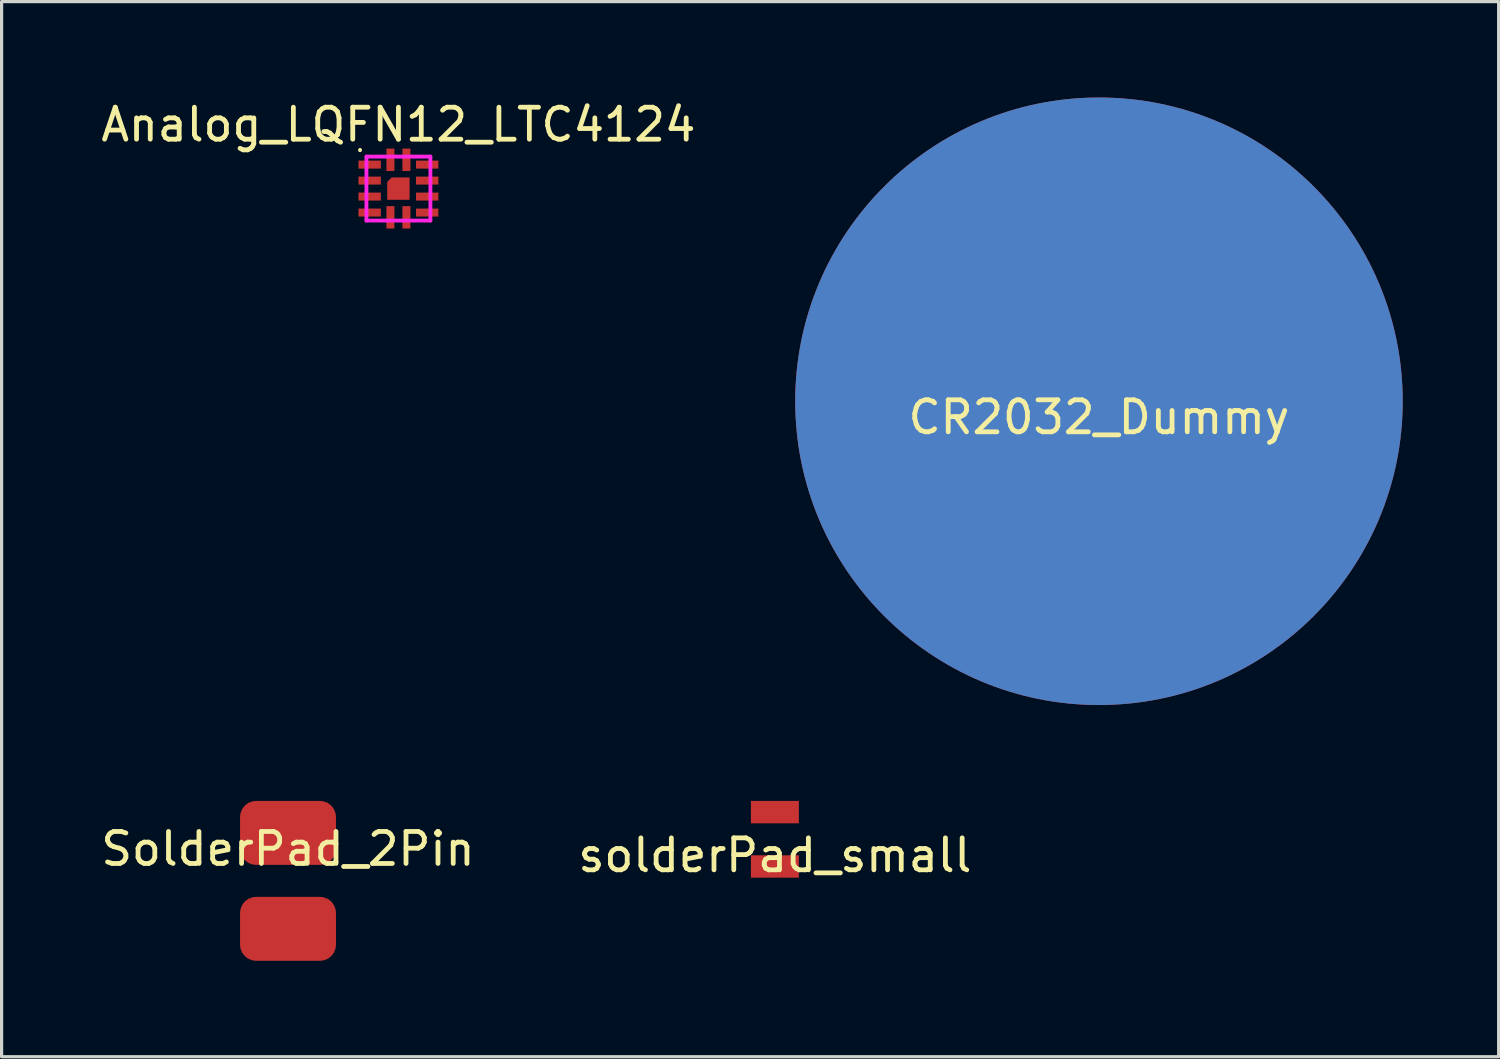
<source format=kicad_pcb>
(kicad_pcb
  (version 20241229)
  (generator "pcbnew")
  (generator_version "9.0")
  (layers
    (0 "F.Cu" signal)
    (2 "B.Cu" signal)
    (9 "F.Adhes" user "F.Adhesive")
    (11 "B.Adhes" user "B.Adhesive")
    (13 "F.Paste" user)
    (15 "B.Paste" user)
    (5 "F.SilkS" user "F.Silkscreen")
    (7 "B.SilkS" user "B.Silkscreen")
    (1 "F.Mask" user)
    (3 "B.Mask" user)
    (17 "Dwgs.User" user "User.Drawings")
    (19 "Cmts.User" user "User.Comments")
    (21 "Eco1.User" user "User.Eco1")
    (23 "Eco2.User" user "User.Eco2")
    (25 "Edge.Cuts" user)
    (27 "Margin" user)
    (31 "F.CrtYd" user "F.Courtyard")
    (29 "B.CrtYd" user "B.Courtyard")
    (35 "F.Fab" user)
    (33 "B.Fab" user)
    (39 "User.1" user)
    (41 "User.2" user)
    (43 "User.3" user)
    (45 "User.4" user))
  (footprint "CR2032_Dummy"
    (layer "F.Cu")
    (at 31.321 9.5)
    (property "Reference" "CR2032_Dummy" (at 0 0.5 0) (layer "F.SilkS") (effects (font (size 1 1) (thickness 0.15))))
    (attr through_hole)
    (pad "1" smd circle (at 0 0) (size 19 19) (layers "F.Cu" "F.Mask" "F.Paste"))
    (pad "2" smd circle (at 0 0) (size 19 19) (layers "B.Cu" "B.Mask" "B.Paste")))
  (footprint "SolderPad_2Pin"
    (layer "F.Cu")
    (at 5.958 23)
    (property "Reference" "SolderPad_2Pin" (at 0 0.5 0) (layer "F.SilkS") (effects (font (size 1 1) (thickness 0.15))))
    (attr through_hole)
    (pad "1" smd roundrect (at 0 0) (size 3 2) (layers "F.Cu" "F.Mask" "F.Paste") (roundrect_rratio 0.25))
    (pad "2" smd roundrect (at 0 3) (size 3 2) (layers "F.Cu" "F.Mask" "F.Paste") (roundrect_rratio 0.25)))
  (footprint "Analog_LQFN12_LTC4124"
    (layer "F.Cu")
    (at 9.411 2.848)
    (property "Reference" "Analog_LQFN12_LTC4124" (at 0 -2 0) (layer "F.SilkS") (effects (font (size 1 1) (thickness 0.15))))
    (attr through_hole)
    (fp_line (start -1.2 -1.2) (end -1.2 -1.21) (stroke (width 0.12) (type solid)) (layer "F.SilkS"))
    (fp_line (start -1 -1) (end -1 1) (stroke (width 0.12) (type solid)) (layer "F.CrtYd"))
    (fp_line (start -1 1) (end 1 1) (stroke (width 0.12) (type solid)) (layer "F.CrtYd"))
    (fp_line (start 1 -1) (end -1 -1) (stroke (width 0.12) (type solid)) (layer "F.CrtYd"))
    (fp_line (start 1 1) (end 1 -1) (stroke (width 0.12) (type solid)) (layer "F.CrtYd"))
    (pad "1" smd rect (at -0.9 -0.75 90) (size 0.25 0.7) (layers "F.Cu" "F.Mask" "F.Paste"))
    (pad "2" smd rect (at -0.9 -0.25 90) (size 0.25 0.7) (layers "F.Cu" "F.Mask" "F.Paste"))
    (pad "3" smd rect (at -0.9 0.25 90) (size 0.25 0.7) (layers "F.Cu" "F.Mask" "F.Paste"))
    (pad "4" smd rect (at -0.9 0.75 90) (size 0.25 0.7) (layers "F.Cu" "F.Mask" "F.Paste"))
    (pad "5" smd rect (at 0.25 0.9) (size 0.25 0.7) (layers "F.Cu" "F.Mask" "F.Paste"))
    (pad "6" smd rect (at -0.25 0.9) (size 0.25 0.7) (layers "F.Cu" "F.Mask" "F.Paste"))
    (pad "7" smd rect (at 0.9 0.75 90) (size 0.25 0.7) (layers "F.Cu" "F.Mask" "F.Paste"))
    (pad "8" smd rect (at 0.9 0.25 90) (size 0.25 0.7) (layers "F.Cu" "F.Mask" "F.Paste"))
    (pad "9" smd rect (at 0.9 -0.25 90) (size 0.25 0.7) (layers "F.Cu" "F.Mask" "F.Paste"))
    (pad "10" smd rect (at 0.9 -0.75 90) (size 0.25 0.7) (layers "F.Cu" "F.Mask" "F.Paste"))
    (pad "11" smd rect (at 0.25 -0.9) (size 0.25 0.7) (layers "F.Cu" "F.Mask" "F.Paste"))
    (pad "12" smd rect (at -0.25 -0.9) (size 0.25 0.7) (layers "F.Cu" "F.Mask" "F.Paste"))
    (pad "13" smd custom (at 0 0) (size 0.4 0.4) (layers "F.Cu" "F.Mask" "F.Paste") (options (anchor rect)) (primitives (gr_poly (pts (xy -0.35 -0.21) (xy -0.21 -0.35) (xy 0.35 -0.35) (xy 0.35 0.35) (xy -0.35 0.35)) (width 0) (fill yes)))))
  (footprint "solderPad_small"
    (layer "F.Cu")
    (at 21.185 23.2)
    (property "Reference" "solderPad_small" (at 0 0.5 0) (layer "F.SilkS") (effects (font (size 1 1) (thickness 0.15))))
    (attr through_hole)
    (pad "1" smd rect (at 0 -0.85) (size 1.5 0.7) (layers "F.Cu" "F.Mask" "F.Paste"))
    (pad "2" smd rect (at 0 0.85) (size 1.5 0.7) (layers "F.Cu" "F.Mask" "F.Paste")))
  (gr_rect
    (start -3 -3)
    (end 43.821 30)
    (stroke (width 0.1) (type default))
    (fill no)
    (layer "Edge.Cuts")))
</source>
